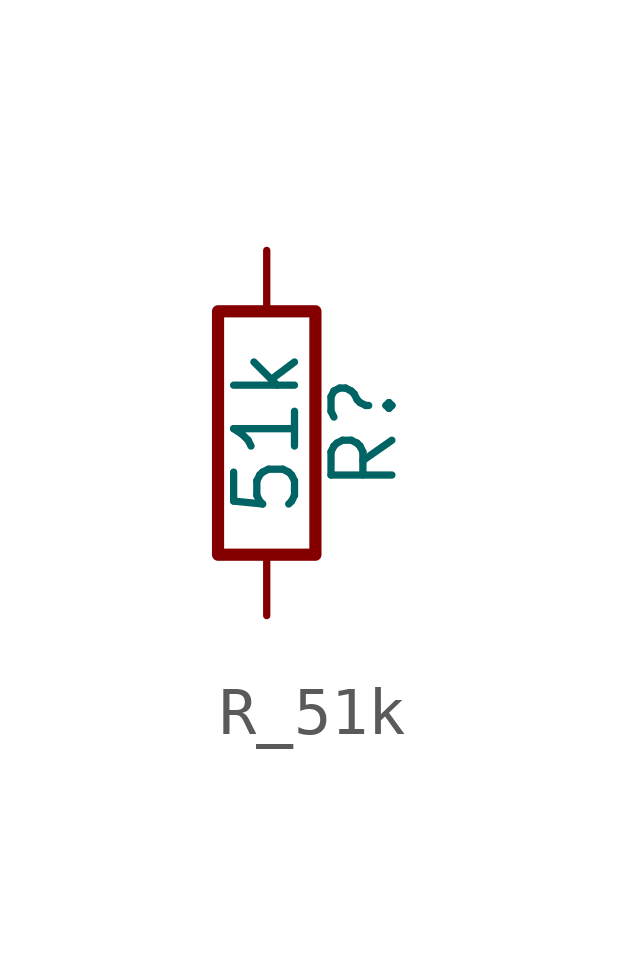
<source format=kicad_sym>
(kicad_symbol_lib
  (version 20241209)
  (generator "kicad_symbol_editor")
  (generator_version "9.0")
  (symbol "R_51k"
    (pin_numbers
      (hide yes))
    (pin_names
      (offset 0))
    (property "Reference" "R"
      (at 2.032 0 90)
      (effects (font (size 1.27 1.27))))
    (property "Value" "51k"
      (at 0 0 90)
      (effects (font (size 1.27 1.27))))
    (symbol "R_51k_0_1"
      (rectangle (start -1.016 -2.54) (end 1.016 2.54) (stroke (width 0.254) (type default)) (fill (type none))))
    (symbol "R_51k_1_1"
      (pin passive line (at 0 3.81 270) (length 1.27) (name "~" (effects (font (size 1.27 1.27)))) (number "1" (effects (font (size 1.27 1.27)))))
      (pin passive line (at 0 -3.81 90) (length 1.27) (name "~" (effects (font (size 1.27 1.27)))) (number "2" (effects (font (size 1.27 1.27))))))))
</source>
